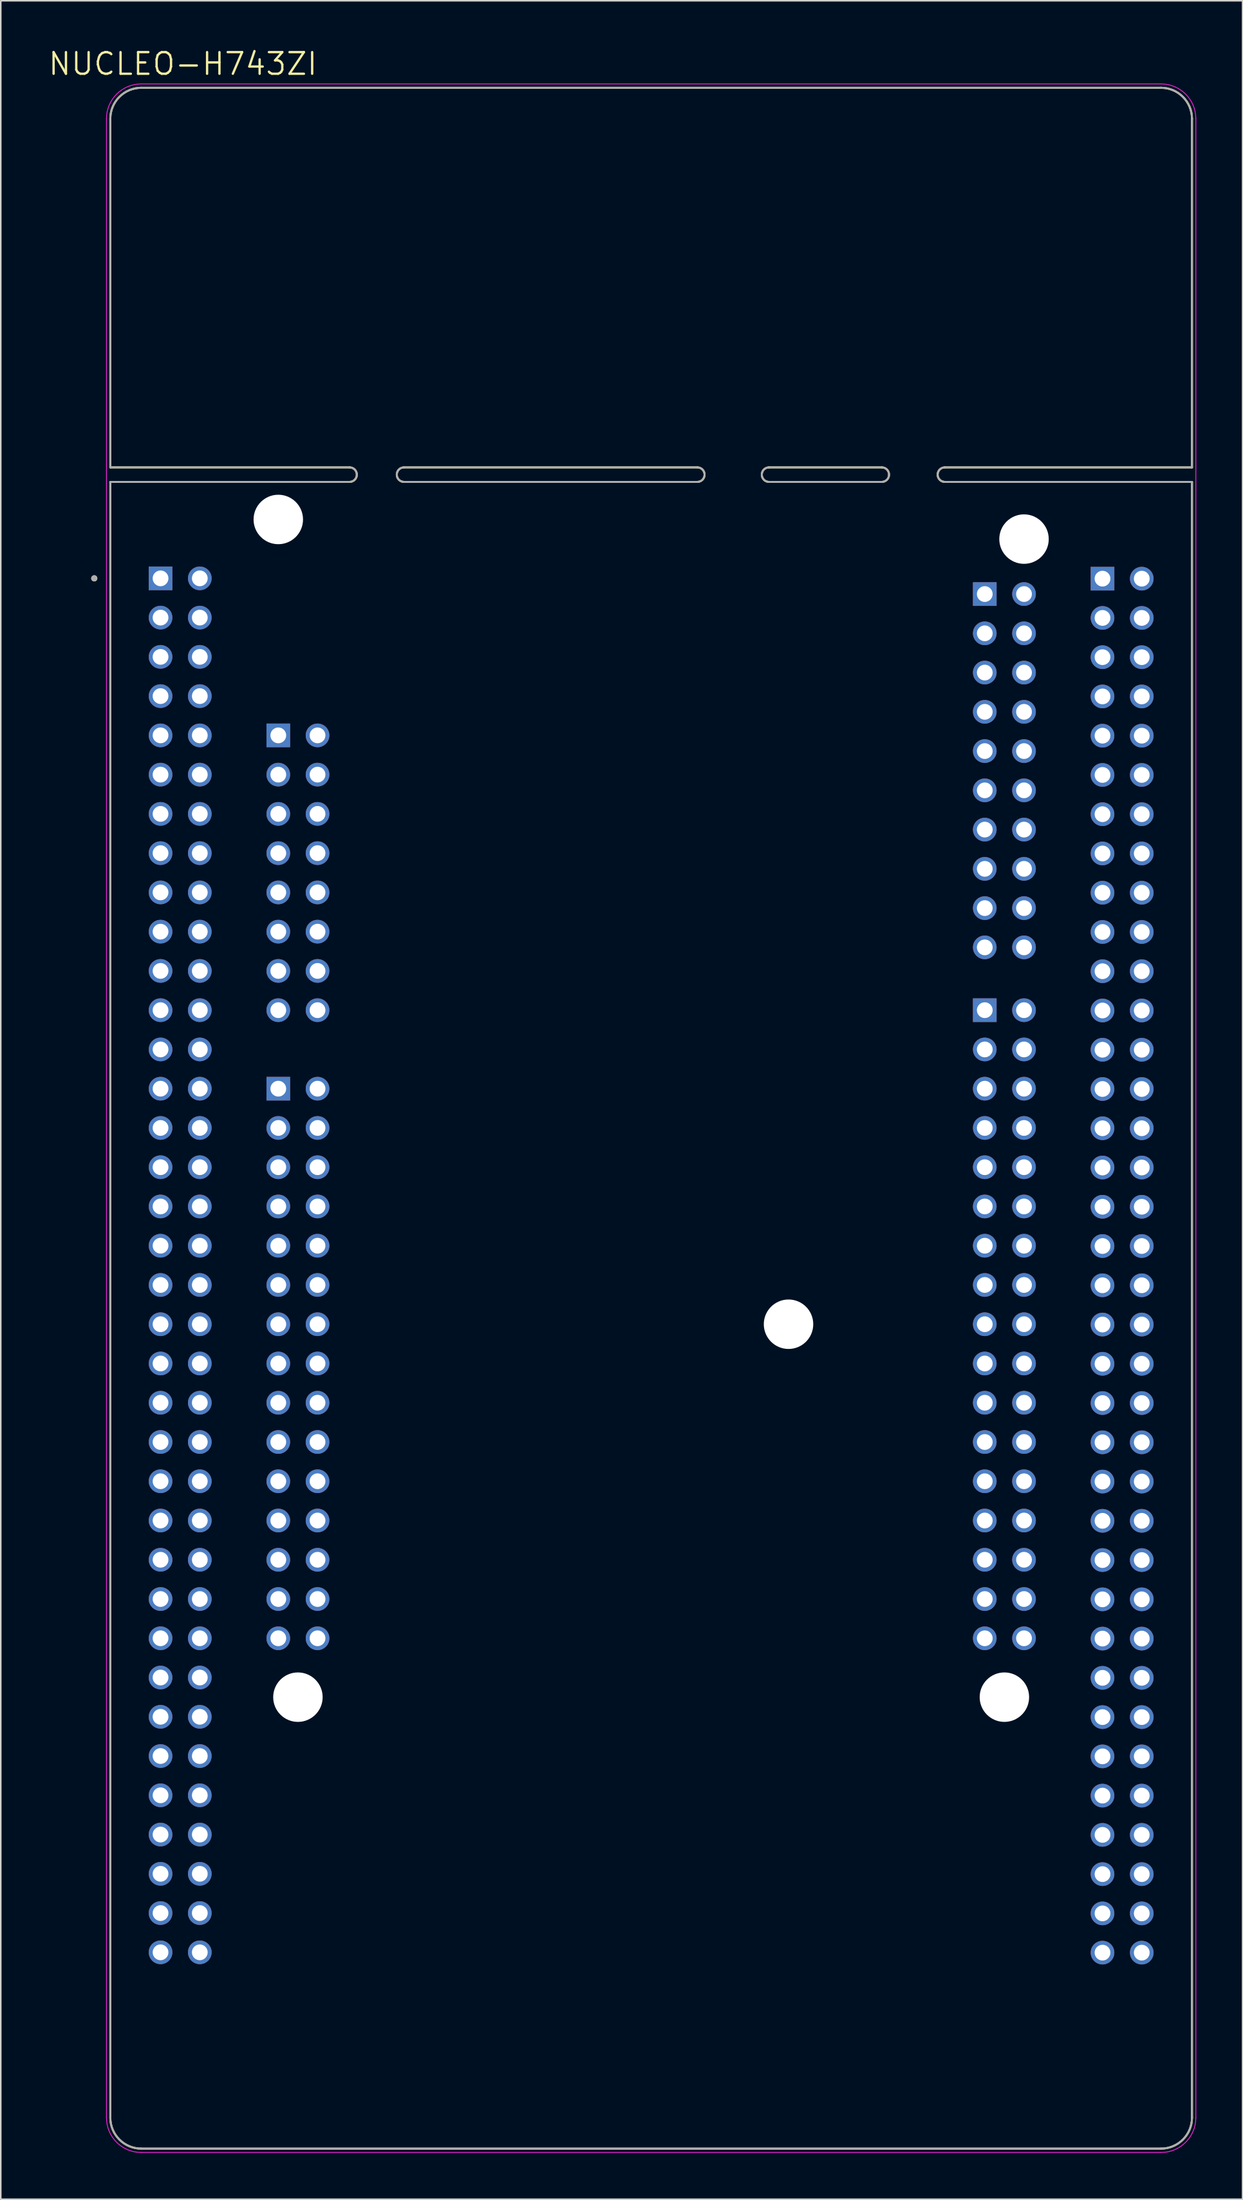
<source format=kicad_pcb>
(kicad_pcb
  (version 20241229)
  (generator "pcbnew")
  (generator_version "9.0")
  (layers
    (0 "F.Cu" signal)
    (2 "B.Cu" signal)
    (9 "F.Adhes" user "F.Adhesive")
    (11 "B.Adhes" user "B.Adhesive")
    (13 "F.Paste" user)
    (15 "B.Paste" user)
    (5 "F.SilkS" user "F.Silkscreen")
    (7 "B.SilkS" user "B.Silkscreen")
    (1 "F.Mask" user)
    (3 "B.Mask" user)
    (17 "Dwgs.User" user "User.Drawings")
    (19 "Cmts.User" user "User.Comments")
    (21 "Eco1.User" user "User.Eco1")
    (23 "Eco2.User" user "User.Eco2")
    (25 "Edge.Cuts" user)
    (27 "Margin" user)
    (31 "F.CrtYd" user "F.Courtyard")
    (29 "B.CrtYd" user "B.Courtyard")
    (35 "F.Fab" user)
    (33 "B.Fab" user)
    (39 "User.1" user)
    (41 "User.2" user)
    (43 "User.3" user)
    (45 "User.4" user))
  (footprint "NUCLEO-H743ZI"
    (layer "F.Cu")
    (at 39.09 69.301)
    (property "Reference" "NUCLEO-H743ZI" (at -30.305 -68.219 0) (layer "F.SilkS") (effects (font (size 1.4 1.4) (thickness 0.15))))
    (attr through_hole)
    (fp_line (start -35 -64.67) (end -35 -42.11) (stroke (width 0.127) (type solid)) (layer "F.SilkS"))
    (fp_line (start -35 -42.11) (end -19.507 -42.11) (stroke (width 0.127) (type solid)) (layer "F.SilkS"))
    (fp_line (start -35 -41.17) (end -35 64.67) (stroke (width 0.127) (type solid)) (layer "F.SilkS"))
    (fp_line (start -35 -41.17) (end -19.507 -41.17) (stroke (width 0.127) (type solid)) (layer "F.SilkS"))
    (fp_line (start -33 66.67) (end 33 66.67) (stroke (width 0.127) (type solid)) (layer "F.SilkS"))
    (fp_line (start -16.002 -42.11) (end 2.997 -42.11) (stroke (width 0.127) (type solid)) (layer "F.SilkS"))
    (fp_line (start -16.002 -41.17) (end 2.997 -41.17) (stroke (width 0.127) (type solid)) (layer "F.SilkS"))
    (fp_line (start 7.62 -42.11) (end 14.935 -42.11) (stroke (width 0.127) (type solid)) (layer "F.SilkS"))
    (fp_line (start 7.62 -41.17) (end 14.935 -41.17) (stroke (width 0.127) (type solid)) (layer "F.SilkS"))
    (fp_line (start 18.999 -42.11) (end 35 -42.11) (stroke (width 0.127) (type solid)) (layer "F.SilkS"))
    (fp_line (start 18.999 -41.17) (end 35 -41.17) (stroke (width 0.127) (type solid)) (layer "F.SilkS"))
    (fp_line (start 33 -66.67) (end -33 -66.67) (stroke (width 0.127) (type solid)) (layer "F.SilkS"))
    (fp_line (start 35 -42.11) (end 35 -64.67) (stroke (width 0.127) (type solid)) (layer "F.SilkS"))
    (fp_line (start 35 64.67) (end 35 -41.17) (stroke (width 0.127) (type solid)) (layer "F.SilkS"))
    (fp_arc (start -35 -64.67) (mid -34.414214 -66.084214) (end -33 -66.67) (stroke (width 0.127) (type solid)) (layer "F.SilkS"))
    (fp_arc (start -33 66.67) (mid -34.414214 66.084214) (end -35 64.67) (stroke (width 0.127) (type solid)) (layer "F.SilkS"))
    (fp_arc (start -19.507199 -42.11) (mid -19.044602 -41.64) (end -19.5072 -41.17) (stroke (width 0.127) (type solid)) (layer "F.SilkS"))
    (fp_arc (start -16.002001 -41.17) (mid -16.464598 -41.64) (end -16.002 -42.11) (stroke (width 0.127) (type solid)) (layer "F.SilkS"))
    (fp_arc (start 2.997201 -42.11) (mid 3.459798 -41.64) (end 2.9972 -41.17) (stroke (width 0.127) (type solid)) (layer "F.SilkS"))
    (fp_arc (start 7.619999 -41.17) (mid 7.157402 -41.64) (end 7.62 -42.11) (stroke (width 0.127) (type solid)) (layer "F.SilkS"))
    (fp_arc (start 14.935201 -42.11) (mid 15.397798 -41.64) (end 14.9352 -41.17) (stroke (width 0.127) (type solid)) (layer "F.SilkS"))
    (fp_arc (start 18.999199 -41.17) (mid 18.536602 -41.64) (end 18.9992 -42.11) (stroke (width 0.127) (type solid)) (layer "F.SilkS"))
    (fp_arc (start 33 -66.67) (mid 34.414214 -66.084214) (end 35 -64.67) (stroke (width 0.127) (type solid)) (layer "F.SilkS"))
    (fp_arc (start 35 64.67) (mid 34.414214 66.084214) (end 33 66.67) (stroke (width 0.127) (type solid)) (layer "F.SilkS"))
    (fp_circle (center -36.04 -34.93) (end -35.94 -34.93) (stroke (width 0.2) (type solid)) (fill no) (layer "F.SilkS"))
    (fp_line (start -35.25 -64.67) (end -35.25 64.67) (stroke (width 0.05) (type solid)) (layer "F.CrtYd"))
    (fp_line (start -33 66.92) (end 33 66.92) (stroke (width 0.05) (type solid)) (layer "F.CrtYd"))
    (fp_line (start 33 -66.92) (end -33 -66.92) (stroke (width 0.05) (type solid)) (layer "F.CrtYd"))
    (fp_line (start 35.25 64.67) (end 35.25 -64.67) (stroke (width 0.05) (type solid)) (layer "F.CrtYd"))
    (fp_arc (start -35.25 -64.67) (mid -34.59099 -66.26099) (end -33 -66.92) (stroke (width 0.05) (type solid)) (layer "F.CrtYd"))
    (fp_arc (start -33 66.92) (mid -34.59099 66.26099) (end -35.25 64.67) (stroke (width 0.05) (type solid)) (layer "F.CrtYd"))
    (fp_arc (start 33 -66.92) (mid 34.59099 -66.26099) (end 35.25 -64.67) (stroke (width 0.05) (type solid)) (layer "F.CrtYd"))
    (fp_arc (start 35.25 64.67) (mid 34.59099 66.26099) (end 33 66.92) (stroke (width 0.05) (type solid)) (layer "F.CrtYd"))
    (fp_line (start -35 -64.67) (end -35 -42.11) (stroke (width 0.127) (type solid)) (layer "F.Fab"))
    (fp_line (start -35 -42.11) (end -19.507 -42.11) (stroke (width 0.127) (type solid)) (layer "F.Fab"))
    (fp_line (start -35 -41.17) (end -35 64.67) (stroke (width 0.127) (type solid)) (layer "F.Fab"))
    (fp_line (start -35 -41.17) (end -19.507 -41.17) (stroke (width 0.127) (type solid)) (layer "F.Fab"))
    (fp_line (start -33 66.67) (end 33 66.67) (stroke (width 0.127) (type solid)) (layer "F.Fab"))
    (fp_line (start -16.002 -42.11) (end 2.997 -42.11) (stroke (width 0.127) (type solid)) (layer "F.Fab"))
    (fp_line (start -16.002 -41.17) (end 2.997 -41.17) (stroke (width 0.127) (type solid)) (layer "F.Fab"))
    (fp_line (start 7.62 -42.11) (end 14.935 -42.11) (stroke (width 0.127) (type solid)) (layer "F.Fab"))
    (fp_line (start 7.62 -41.17) (end 14.935 -41.17) (stroke (width 0.127) (type solid)) (layer "F.Fab"))
    (fp_line (start 18.999 -42.11) (end 35 -42.11) (stroke (width 0.127) (type solid)) (layer "F.Fab"))
    (fp_line (start 18.999 -41.17) (end 35 -41.17) (stroke (width 0.127) (type solid)) (layer "F.Fab"))
    (fp_line (start 33 -66.67) (end -33 -66.67) (stroke (width 0.127) (type solid)) (layer "F.Fab"))
    (fp_line (start 35 -42.11) (end 35 -64.67) (stroke (width 0.127) (type solid)) (layer "F.Fab"))
    (fp_line (start 35 64.67) (end 35 -41.17) (stroke (width 0.127) (type solid)) (layer "F.Fab"))
    (fp_arc (start -35 -64.67) (mid -34.414214 -66.084214) (end -33 -66.67) (stroke (width 0.127) (type solid)) (layer "F.Fab"))
    (fp_arc (start -33 66.67) (mid -34.414214 66.084214) (end -35 64.67) (stroke (width 0.127) (type solid)) (layer "F.Fab"))
    (fp_arc (start -19.507199 -42.11) (mid -19.044602 -41.64) (end -19.5072 -41.17) (stroke (width 0.127) (type solid)) (layer "F.Fab"))
    (fp_arc (start -16.002001 -41.17) (mid -16.464598 -41.64) (end -16.002 -42.11) (stroke (width 0.127) (type solid)) (layer "F.Fab"))
    (fp_arc (start 2.997201 -42.11) (mid 3.459798 -41.64) (end 2.9972 -41.17) (stroke (width 0.127) (type solid)) (layer "F.Fab"))
    (fp_arc (start 7.619999 -41.17) (mid 7.157402 -41.64) (end 7.62 -42.11) (stroke (width 0.127) (type solid)) (layer "F.Fab"))
    (fp_arc (start 14.935201 -42.11) (mid 15.397798 -41.64) (end 14.9352 -41.17) (stroke (width 0.127) (type solid)) (layer "F.Fab"))
    (fp_arc (start 18.999199 -41.17) (mid 18.536602 -41.64) (end 18.9992 -42.11) (stroke (width 0.127) (type solid)) (layer "F.Fab"))
    (fp_arc (start 33 -66.67) (mid 34.414214 -66.084214) (end 35 -64.67) (stroke (width 0.127) (type solid)) (layer "F.Fab"))
    (fp_arc (start 35 64.67) (mid 34.414214 66.084214) (end 33 66.67) (stroke (width 0.127) (type solid)) (layer "F.Fab"))
    (fp_circle (center -36.04 -34.93) (end -35.94 -34.93) (stroke (width 0.2) (type solid)) (fill no) (layer "F.Fab"))
    (pad "" np_thru_hole circle (at -24.13 -38.74) (size 3.2 3.2) (drill 3.2) (layers "*.Cu" "*.Mask"))
    (pad "" np_thru_hole circle (at -22.86 37.46) (size 3.2 3.2) (drill 3.2) (layers "*.Cu" "*.Mask"))
    (pad "" np_thru_hole circle (at 8.89 13.33) (size 3.2 3.2) (drill 3.2) (layers "*.Cu" "*.Mask"))
    (pad "" np_thru_hole circle (at 22.86 37.46) (size 3.2 3.2) (drill 3.2) (layers "*.Cu" "*.Mask"))
    (pad "" np_thru_hole circle (at 24.13 -37.47) (size 3.2 3.2) (drill 3.2) (layers "*.Cu" "*.Mask"))
    (pad "CN7_1" thru_hole rect (at 21.59 -33.914) (size 1.53 1.53) (drill 1.02) (layers "*.Cu" "*.Mask"))
    (pad "CN7_2" thru_hole circle (at 24.13 -33.914) (size 1.53 1.53) (drill 1.02) (layers "*.Cu" "*.Mask"))
    (pad "CN7_3" thru_hole circle (at 21.59 -31.374) (size 1.53 1.53) (drill 1.02) (layers "*.Cu" "*.Mask"))
    (pad "CN7_4" thru_hole circle (at 24.13 -31.374) (size 1.53 1.53) (drill 1.02) (layers "*.Cu" "*.Mask"))
    (pad "CN7_5" thru_hole circle (at 21.59 -28.834) (size 1.53 1.53) (drill 1.02) (layers "*.Cu" "*.Mask"))
    (pad "CN7_6" thru_hole circle (at 24.13 -28.834) (size 1.53 1.53) (drill 1.02) (layers "*.Cu" "*.Mask"))
    (pad "CN7_7" thru_hole circle (at 21.59 -26.294) (size 1.53 1.53) (drill 1.02) (layers "*.Cu" "*.Mask"))
    (pad "CN7_8" thru_hole circle (at 24.13 -26.294) (size 1.53 1.53) (drill 1.02) (layers "*.Cu" "*.Mask"))
    (pad "CN7_9" thru_hole circle (at 21.59 -23.754) (size 1.53 1.53) (drill 1.02) (layers "*.Cu" "*.Mask"))
    (pad "CN7_10" thru_hole circle (at 24.13 -23.754) (size 1.53 1.53) (drill 1.02) (layers "*.Cu" "*.Mask"))
    (pad "CN7_11" thru_hole circle (at 21.59 -21.214) (size 1.53 1.53) (drill 1.02) (layers "*.Cu" "*.Mask"))
    (pad "CN7_12" thru_hole circle (at 24.13 -21.214) (size 1.53 1.53) (drill 1.02) (layers "*.Cu" "*.Mask"))
    (pad "CN7_13" thru_hole circle (at 21.59 -18.674) (size 1.53 1.53) (drill 1.02) (layers "*.Cu" "*.Mask"))
    (pad "CN7_14" thru_hole circle (at 24.13 -18.674) (size 1.53 1.53) (drill 1.02) (layers "*.Cu" "*.Mask"))
    (pad "CN7_15" thru_hole circle (at 21.59 -16.134) (size 1.53 1.53) (drill 1.02) (layers "*.Cu" "*.Mask"))
    (pad "CN7_16" thru_hole circle (at 24.13 -16.134) (size 1.53 1.53) (drill 1.02) (layers "*.Cu" "*.Mask"))
    (pad "CN7_17" thru_hole circle (at 21.59 -13.594) (size 1.53 1.53) (drill 1.02) (layers "*.Cu" "*.Mask"))
    (pad "CN7_18" thru_hole circle (at 24.13 -13.594) (size 1.53 1.53) (drill 1.02) (layers "*.Cu" "*.Mask"))
    (pad "CN7_19" thru_hole circle (at 21.59 -11.054) (size 1.53 1.53) (drill 1.02) (layers "*.Cu" "*.Mask"))
    (pad "CN7_20" thru_hole circle (at 24.13 -11.054) (size 1.53 1.53) (drill 1.02) (layers "*.Cu" "*.Mask"))
    (pad "CN8_1" thru_hole rect (at -24.13 -24.77) (size 1.53 1.53) (drill 1.02) (layers "*.Cu" "*.Mask"))
    (pad "CN8_2" thru_hole circle (at -21.59 -24.77) (size 1.53 1.53) (drill 1.02) (layers "*.Cu" "*.Mask"))
    (pad "CN8_3" thru_hole circle (at -24.13 -22.23) (size 1.53 1.53) (drill 1.02) (layers "*.Cu" "*.Mask"))
    (pad "CN8_4" thru_hole circle (at -21.59 -22.23) (size 1.53 1.53) (drill 1.02) (layers "*.Cu" "*.Mask"))
    (pad "CN8_5" thru_hole circle (at -24.13 -19.69) (size 1.53 1.53) (drill 1.02) (layers "*.Cu" "*.Mask"))
    (pad "CN8_6" thru_hole circle (at -21.59 -19.69) (size 1.53 1.53) (drill 1.02) (layers "*.Cu" "*.Mask"))
    (pad "CN8_7" thru_hole circle (at -24.13 -17.15) (size 1.53 1.53) (drill 1.02) (layers "*.Cu" "*.Mask"))
    (pad "CN8_8" thru_hole circle (at -21.59 -17.15) (size 1.53 1.53) (drill 1.02) (layers "*.Cu" "*.Mask"))
    (pad "CN8_9" thru_hole circle (at -24.13 -14.61) (size 1.53 1.53) (drill 1.02) (layers "*.Cu" "*.Mask"))
    (pad "CN8_10" thru_hole circle (at -21.59 -14.61) (size 1.53 1.53) (drill 1.02) (layers "*.Cu" "*.Mask"))
    (pad "CN8_11" thru_hole circle (at -24.13 -12.07) (size 1.53 1.53) (drill 1.02) (layers "*.Cu" "*.Mask"))
    (pad "CN8_12" thru_hole circle (at -21.59 -12.07) (size 1.53 1.53) (drill 1.02) (layers "*.Cu" "*.Mask"))
    (pad "CN8_13" thru_hole circle (at -24.13 -9.53) (size 1.53 1.53) (drill 1.02) (layers "*.Cu" "*.Mask"))
    (pad "CN8_14" thru_hole circle (at -21.59 -9.53) (size 1.53 1.53) (drill 1.02) (layers "*.Cu" "*.Mask"))
    (pad "CN8_15" thru_hole circle (at -24.13 -6.99) (size 1.53 1.53) (drill 1.02) (layers "*.Cu" "*.Mask"))
    (pad "CN8_16" thru_hole circle (at -21.59 -6.99) (size 1.53 1.53) (drill 1.02) (layers "*.Cu" "*.Mask"))
    (pad "CN9_1" thru_hole rect (at -24.13 -1.91) (size 1.53 1.53) (drill 1.02) (layers "*.Cu" "*.Mask"))
    (pad "CN9_2" thru_hole circle (at -21.59 -1.91) (size 1.53 1.53) (drill 1.02) (layers "*.Cu" "*.Mask"))
    (pad "CN9_3" thru_hole circle (at -24.13 0.63) (size 1.53 1.53) (drill 1.02) (layers "*.Cu" "*.Mask"))
    (pad "CN9_4" thru_hole circle (at -21.59 0.63) (size 1.53 1.53) (drill 1.02) (layers "*.Cu" "*.Mask"))
    (pad "CN9_5" thru_hole circle (at -24.13 3.17) (size 1.53 1.53) (drill 1.02) (layers "*.Cu" "*.Mask"))
    (pad "CN9_6" thru_hole circle (at -21.59 3.17) (size 1.53 1.53) (drill 1.02) (layers "*.Cu" "*.Mask"))
    (pad "CN9_7" thru_hole circle (at -24.13 5.71) (size 1.53 1.53) (drill 1.02) (layers "*.Cu" "*.Mask"))
    (pad "CN9_8" thru_hole circle (at -21.59 5.71) (size 1.53 1.53) (drill 1.02) (layers "*.Cu" "*.Mask"))
    (pad "CN9_9" thru_hole circle (at -24.13 8.25) (size 1.53 1.53) (drill 1.02) (layers "*.Cu" "*.Mask"))
    (pad "CN9_10" thru_hole circle (at -21.59 8.25) (size 1.53 1.53) (drill 1.02) (layers "*.Cu" "*.Mask"))
    (pad "CN9_11" thru_hole circle (at -24.13 10.79) (size 1.53 1.53) (drill 1.02) (layers "*.Cu" "*.Mask"))
    (pad "CN9_12" thru_hole circle (at -21.59 10.79) (size 1.53 1.53) (drill 1.02) (layers "*.Cu" "*.Mask"))
    (pad "CN9_13" thru_hole circle (at -24.13 13.33) (size 1.53 1.53) (drill 1.02) (layers "*.Cu" "*.Mask"))
    (pad "CN9_14" thru_hole circle (at -21.59 13.33) (size 1.53 1.53) (drill 1.02) (layers "*.Cu" "*.Mask"))
    (pad "CN9_15" thru_hole circle (at -24.13 15.87) (size 1.53 1.53) (drill 1.02) (layers "*.Cu" "*.Mask"))
    (pad "CN9_16" thru_hole circle (at -21.59 15.87) (size 1.53 1.53) (drill 1.02) (layers "*.Cu" "*.Mask"))
    (pad "CN9_17" thru_hole circle (at -24.13 18.41) (size 1.53 1.53) (drill 1.02) (layers "*.Cu" "*.Mask"))
    (pad "CN9_18" thru_hole circle (at -21.59 18.41) (size 1.53 1.53) (drill 1.02) (layers "*.Cu" "*.Mask"))
    (pad "CN9_19" thru_hole circle (at -24.13 20.95) (size 1.53 1.53) (drill 1.02) (layers "*.Cu" "*.Mask"))
    (pad "CN9_20" thru_hole circle (at -21.59 20.95) (size 1.53 1.53) (drill 1.02) (layers "*.Cu" "*.Mask"))
    (pad "CN9_21" thru_hole circle (at -24.13 23.49) (size 1.53 1.53) (drill 1.02) (layers "*.Cu" "*.Mask"))
    (pad "CN9_22" thru_hole circle (at -21.59 23.49) (size 1.53 1.53) (drill 1.02) (layers "*.Cu" "*.Mask"))
    (pad "CN9_23" thru_hole circle (at -24.13 26.03) (size 1.53 1.53) (drill 1.02) (layers "*.Cu" "*.Mask"))
    (pad "CN9_24" thru_hole circle (at -21.59 26.03) (size 1.53 1.53) (drill 1.02) (layers "*.Cu" "*.Mask"))
    (pad "CN9_25" thru_hole circle (at -24.13 28.57) (size 1.53 1.53) (drill 1.02) (layers "*.Cu" "*.Mask"))
    (pad "CN9_26" thru_hole circle (at -21.59 28.57) (size 1.53 1.53) (drill 1.02) (layers "*.Cu" "*.Mask"))
    (pad "CN9_27" thru_hole circle (at -24.13 31.11) (size 1.53 1.53) (drill 1.02) (layers "*.Cu" "*.Mask"))
    (pad "CN9_28" thru_hole circle (at -21.59 31.11) (size 1.53 1.53) (drill 1.02) (layers "*.Cu" "*.Mask"))
    (pad "CN9_29" thru_hole circle (at -24.13 33.65) (size 1.53 1.53) (drill 1.02) (layers "*.Cu" "*.Mask"))
    (pad "CN9_30" thru_hole circle (at -21.59 33.65) (size 1.53 1.53) (drill 1.02) (layers "*.Cu" "*.Mask"))
    (pad "CN10_1" thru_hole rect (at 21.59 -6.99) (size 1.53 1.53) (drill 1.02) (layers "*.Cu" "*.Mask"))
    (pad "CN10_2" thru_hole circle (at 24.13 -6.99) (size 1.53 1.53) (drill 1.02) (layers "*.Cu" "*.Mask"))
    (pad "CN10_3" thru_hole circle (at 21.59 -4.45) (size 1.53 1.53) (drill 1.02) (layers "*.Cu" "*.Mask"))
    (pad "CN10_4" thru_hole circle (at 24.13 -4.45) (size 1.53 1.53) (drill 1.02) (layers "*.Cu" "*.Mask"))
    (pad "CN10_5" thru_hole circle (at 21.59 -1.91) (size 1.53 1.53) (drill 1.02) (layers "*.Cu" "*.Mask"))
    (pad "CN10_6" thru_hole circle (at 24.13 -1.91) (size 1.53 1.53) (drill 1.02) (layers "*.Cu" "*.Mask"))
    (pad "CN10_7" thru_hole circle (at 21.59 0.63) (size 1.53 1.53) (drill 1.02) (layers "*.Cu" "*.Mask"))
    (pad "CN10_8" thru_hole circle (at 24.13 0.63) (size 1.53 1.53) (drill 1.02) (layers "*.Cu" "*.Mask"))
    (pad "CN10_9" thru_hole circle (at 21.59 3.17) (size 1.53 1.53) (drill 1.02) (layers "*.Cu" "*.Mask"))
    (pad "CN10_10" thru_hole circle (at 24.13 3.17) (size 1.53 1.53) (drill 1.02) (layers "*.Cu" "*.Mask"))
    (pad "CN10_11" thru_hole circle (at 21.59 5.71) (size 1.53 1.53) (drill 1.02) (layers "*.Cu" "*.Mask"))
    (pad "CN10_12" thru_hole circle (at 24.13 5.71) (size 1.53 1.53) (drill 1.02) (layers "*.Cu" "*.Mask"))
    (pad "CN10_13" thru_hole circle (at 21.59 8.25) (size 1.53 1.53) (drill 1.02) (layers "*.Cu" "*.Mask"))
    (pad "CN10_14" thru_hole circle (at 24.13 8.25) (size 1.53 1.53) (drill 1.02) (layers "*.Cu" "*.Mask"))
    (pad "CN10_15" thru_hole circle (at 21.59 10.79) (size 1.53 1.53) (drill 1.02) (layers "*.Cu" "*.Mask"))
    (pad "CN10_16" thru_hole circle (at 24.13 10.79) (size 1.53 1.53) (drill 1.02) (layers "*.Cu" "*.Mask"))
    (pad "CN10_17" thru_hole circle (at 21.59 13.33) (size 1.53 1.53) (drill 1.02) (layers "*.Cu" "*.Mask"))
    (pad "CN10_18" thru_hole circle (at 24.13 13.33) (size 1.53 1.53) (drill 1.02) (layers "*.Cu" "*.Mask"))
    (pad "CN10_19" thru_hole circle (at 21.59 15.87) (size 1.53 1.53) (drill 1.02) (layers "*.Cu" "*.Mask"))
    (pad "CN10_20" thru_hole circle (at 24.13 15.87) (size 1.53 1.53) (drill 1.02) (layers "*.Cu" "*.Mask"))
    (pad "CN10_21" thru_hole circle (at 21.59 18.41) (size 1.53 1.53) (drill 1.02) (layers "*.Cu" "*.Mask"))
    (pad "CN10_22" thru_hole circle (at 24.13 18.41) (size 1.53 1.53) (drill 1.02) (layers "*.Cu" "*.Mask"))
    (pad "CN10_23" thru_hole circle (at 21.59 20.95) (size 1.53 1.53) (drill 1.02) (layers "*.Cu" "*.Mask"))
    (pad "CN10_24" thru_hole circle (at 24.13 20.95) (size 1.53 1.53) (drill 1.02) (layers "*.Cu" "*.Mask"))
    (pad "CN10_25" thru_hole circle (at 21.59 23.49) (size 1.53 1.53) (drill 1.02) (layers "*.Cu" "*.Mask"))
    (pad "CN10_26" thru_hole circle (at 24.13 23.49) (size 1.53 1.53) (drill 1.02) (layers "*.Cu" "*.Mask"))
    (pad "CN10_27" thru_hole circle (at 21.59 26.03) (size 1.53 1.53) (drill 1.02) (layers "*.Cu" "*.Mask"))
    (pad "CN10_28" thru_hole circle (at 24.13 26.03) (size 1.53 1.53) (drill 1.02) (layers "*.Cu" "*.Mask"))
    (pad "CN10_29" thru_hole circle (at 21.59 28.57) (size 1.53 1.53) (drill 1.02) (layers "*.Cu" "*.Mask"))
    (pad "CN10_30" thru_hole circle (at 24.13 28.57) (size 1.53 1.53) (drill 1.02) (layers "*.Cu" "*.Mask"))
    (pad "CN10_31" thru_hole circle (at 21.59 31.11) (size 1.53 1.53) (drill 1.02) (layers "*.Cu" "*.Mask"))
    (pad "CN10_32" thru_hole circle (at 24.13 31.11) (size 1.53 1.53) (drill 1.02) (layers "*.Cu" "*.Mask"))
    (pad "CN10_33" thru_hole circle (at 21.59 33.65) (size 1.53 1.53) (drill 1.02) (layers "*.Cu" "*.Mask"))
    (pad "CN10_34" thru_hole circle (at 24.13 33.65) (size 1.53 1.53) (drill 1.02) (layers "*.Cu" "*.Mask"))
    (pad "CN11_1" thru_hole rect (at -31.75 -34.93) (size 1.53 1.53) (drill 1.02) (layers "*.Cu" "*.Mask"))
    (pad "CN11_2" thru_hole circle (at -29.21 -34.93) (size 1.53 1.53) (drill 1.02) (layers "*.Cu" "*.Mask"))
    (pad "CN11_3" thru_hole circle (at -31.75 -32.39) (size 1.53 1.53) (drill 1.02) (layers "*.Cu" "*.Mask"))
    (pad "CN11_4" thru_hole circle (at -29.21 -32.39) (size 1.53 1.53) (drill 1.02) (layers "*.Cu" "*.Mask"))
    (pad "CN11_5" thru_hole circle (at -31.75 -29.85) (size 1.53 1.53) (drill 1.02) (layers "*.Cu" "*.Mask"))
    (pad "CN11_6" thru_hole circle (at -29.21 -29.85) (size 1.53 1.53) (drill 1.02) (layers "*.Cu" "*.Mask"))
    (pad "CN11_7" thru_hole circle (at -31.75 -27.31) (size 1.53 1.53) (drill 1.02) (layers "*.Cu" "*.Mask"))
    (pad "CN11_8" thru_hole circle (at -29.21 -27.31) (size 1.53 1.53) (drill 1.02) (layers "*.Cu" "*.Mask"))
    (pad "CN11_9" thru_hole circle (at -31.75 -24.77) (size 1.53 1.53) (drill 1.02) (layers "*.Cu" "*.Mask"))
    (pad "CN11_10" thru_hole circle (at -29.21 -24.77) (size 1.53 1.53) (drill 1.02) (layers "*.Cu" "*.Mask"))
    (pad "CN11_11" thru_hole circle (at -31.75 -22.23) (size 1.53 1.53) (drill 1.02) (layers "*.Cu" "*.Mask"))
    (pad "CN11_12" thru_hole circle (at -29.21 -22.23) (size 1.53 1.53) (drill 1.02) (layers "*.Cu" "*.Mask"))
    (pad "CN11_13" thru_hole circle (at -31.75 -19.69) (size 1.53 1.53) (drill 1.02) (layers "*.Cu" "*.Mask"))
    (pad "CN11_14" thru_hole circle (at -29.21 -19.69) (size 1.53 1.53) (drill 1.02) (layers "*.Cu" "*.Mask"))
    (pad "CN11_15" thru_hole circle (at -31.75 -17.15) (size 1.53 1.53) (drill 1.02) (layers "*.Cu" "*.Mask"))
    (pad "CN11_16" thru_hole circle (at -29.21 -17.15) (size 1.53 1.53) (drill 1.02) (layers "*.Cu" "*.Mask"))
    (pad "CN11_17" thru_hole circle (at -31.75 -14.61) (size 1.53 1.53) (drill 1.02) (layers "*.Cu" "*.Mask"))
    (pad "CN11_18" thru_hole circle (at -29.21 -14.61) (size 1.53 1.53) (drill 1.02) (layers "*.Cu" "*.Mask"))
    (pad "CN11_19" thru_hole circle (at -31.75 -12.07) (size 1.53 1.53) (drill 1.02) (layers "*.Cu" "*.Mask"))
    (pad "CN11_20" thru_hole circle (at -29.21 -12.07) (size 1.53 1.53) (drill 1.02) (layers "*.Cu" "*.Mask"))
    (pad "CN11_21" thru_hole circle (at -31.75 -9.53) (size 1.53 1.53) (drill 1.02) (layers "*.Cu" "*.Mask"))
    (pad "CN11_22" thru_hole circle (at -29.21 -9.53) (size 1.53 1.53) (drill 1.02) (layers "*.Cu" "*.Mask"))
    (pad "CN11_23" thru_hole circle (at -31.75 -6.99) (size 1.53 1.53) (drill 1.02) (layers "*.Cu" "*.Mask"))
    (pad "CN11_24" thru_hole circle (at -29.21 -6.99) (size 1.53 1.53) (drill 1.02) (layers "*.Cu" "*.Mask"))
    (pad "CN11_25" thru_hole circle (at -31.75 -4.45) (size 1.53 1.53) (drill 1.02) (layers "*.Cu" "*.Mask"))
    (pad "CN11_26" thru_hole circle (at -29.21 -4.45) (size 1.53 1.53) (drill 1.02) (layers "*.Cu" "*.Mask"))
    (pad "CN11_27" thru_hole circle (at -31.75 -1.91) (size 1.53 1.53) (drill 1.02) (layers "*.Cu" "*.Mask"))
    (pad "CN11_28" thru_hole circle (at -29.21 -1.91) (size 1.53 1.53) (drill 1.02) (layers "*.Cu" "*.Mask"))
    (pad "CN11_29" thru_hole circle (at -31.75 0.63) (size 1.53 1.53) (drill 1.02) (layers "*.Cu" "*.Mask"))
    (pad "CN11_30" thru_hole circle (at -29.21 0.63) (size 1.53 1.53) (drill 1.02) (layers "*.Cu" "*.Mask"))
    (pad "CN11_31" thru_hole circle (at -31.75 3.17) (size 1.53 1.53) (drill 1.02) (layers "*.Cu" "*.Mask"))
    (pad "CN11_32" thru_hole circle (at -29.21 3.17) (size 1.53 1.53) (drill 1.02) (layers "*.Cu" "*.Mask"))
    (pad "CN11_33" thru_hole circle (at -31.75 5.71) (size 1.53 1.53) (drill 1.02) (layers "*.Cu" "*.Mask"))
    (pad "CN11_34" thru_hole circle (at -29.21 5.71) (size 1.53 1.53) (drill 1.02) (layers "*.Cu" "*.Mask"))
    (pad "CN11_35" thru_hole circle (at -31.75 8.25) (size 1.53 1.53) (drill 1.02) (layers "*.Cu" "*.Mask"))
    (pad "CN11_36" thru_hole circle (at -29.21 8.25) (size 1.53 1.53) (drill 1.02) (layers "*.Cu" "*.Mask"))
    (pad "CN11_37" thru_hole circle (at -31.75 10.79) (size 1.53 1.53) (drill 1.02) (layers "*.Cu" "*.Mask"))
    (pad "CN11_38" thru_hole circle (at -29.21 10.79) (size 1.53 1.53) (drill 1.02) (layers "*.Cu" "*.Mask"))
    (pad "CN11_39" thru_hole circle (at -31.75 13.33) (size 1.53 1.53) (drill 1.02) (layers "*.Cu" "*.Mask"))
    (pad "CN11_40" thru_hole circle (at -29.21 13.33) (size 1.53 1.53) (drill 1.02) (layers "*.Cu" "*.Mask"))
    (pad "CN11_41" thru_hole circle (at -31.75 15.87) (size 1.53 1.53) (drill 1.02) (layers "*.Cu" "*.Mask"))
    (pad "CN11_42" thru_hole circle (at -29.21 15.87) (size 1.53 1.53) (drill 1.02) (layers "*.Cu" "*.Mask"))
    (pad "CN11_43" thru_hole circle (at -31.75 18.41) (size 1.53 1.53) (drill 1.02) (layers "*.Cu" "*.Mask"))
    (pad "CN11_44" thru_hole circle (at -29.21 18.41) (size 1.53 1.53) (drill 1.02) (layers "*.Cu" "*.Mask"))
    (pad "CN11_45" thru_hole circle (at -31.75 20.95) (size 1.53 1.53) (drill 1.02) (layers "*.Cu" "*.Mask"))
    (pad "CN11_46" thru_hole circle (at -29.21 20.95) (size 1.53 1.53) (drill 1.02) (layers "*.Cu" "*.Mask"))
    (pad "CN11_47" thru_hole circle (at -31.75 23.49) (size 1.53 1.53) (drill 1.02) (layers "*.Cu" "*.Mask"))
    (pad "CN11_48" thru_hole circle (at -29.21 23.49) (size 1.53 1.53) (drill 1.02) (layers "*.Cu" "*.Mask"))
    (pad "CN11_49" thru_hole circle (at -31.75 26.03) (size 1.53 1.53) (drill 1.02) (layers "*.Cu" "*.Mask"))
    (pad "CN11_50" thru_hole circle (at -29.21 26.03) (size 1.53 1.53) (drill 1.02) (layers "*.Cu" "*.Mask"))
    (pad "CN11_51" thru_hole circle (at -31.75 28.57) (size 1.53 1.53) (drill 1.02) (layers "*.Cu" "*.Mask"))
    (pad "CN11_52" thru_hole circle (at -29.21 28.57) (size 1.53 1.53) (drill 1.02) (layers "*.Cu" "*.Mask"))
    (pad "CN11_53" thru_hole circle (at -31.75 31.11) (size 1.53 1.53) (drill 1.02) (layers "*.Cu" "*.Mask"))
    (pad "CN11_54" thru_hole circle (at -29.21 31.11) (size 1.53 1.53) (drill 1.02) (layers "*.Cu" "*.Mask"))
    (pad "CN11_55" thru_hole circle (at -31.75 33.65) (size 1.53 1.53) (drill 1.02) (layers "*.Cu" "*.Mask"))
    (pad "CN11_56" thru_hole circle (at -29.21 33.65) (size 1.53 1.53) (drill 1.02) (layers "*.Cu" "*.Mask"))
    (pad "CN11_57" thru_hole circle (at -31.75 36.19) (size 1.53 1.53) (drill 1.02) (layers "*.Cu" "*.Mask"))
    (pad "CN11_58" thru_hole circle (at -29.21 36.19) (size 1.53 1.53) (drill 1.02) (layers "*.Cu" "*.Mask"))
    (pad "CN11_59" thru_hole circle (at -31.75 38.73) (size 1.53 1.53) (drill 1.02) (layers "*.Cu" "*.Mask"))
    (pad "CN11_60" thru_hole circle (at -29.21 38.73) (size 1.53 1.53) (drill 1.02) (layers "*.Cu" "*.Mask"))
    (pad "CN11_61" thru_hole circle (at -31.75 41.27) (size 1.53 1.53) (drill 1.02) (layers "*.Cu" "*.Mask"))
    (pad "CN11_62" thru_hole circle (at -29.21 41.27) (size 1.53 1.53) (drill 1.02) (layers "*.Cu" "*.Mask"))
    (pad "CN11_63" thru_hole circle (at -31.75 43.81) (size 1.53 1.53) (drill 1.02) (layers "*.Cu" "*.Mask"))
    (pad "CN11_64" thru_hole circle (at -29.21 43.81) (size 1.53 1.53) (drill 1.02) (layers "*.Cu" "*.Mask"))
    (pad "CN11_65" thru_hole circle (at -31.75 46.35) (size 1.53 1.53) (drill 1.02) (layers "*.Cu" "*.Mask"))
    (pad "CN11_66" thru_hole circle (at -29.21 46.35) (size 1.53 1.53) (drill 1.02) (layers "*.Cu" "*.Mask"))
    (pad "CN11_67" thru_hole circle (at -31.75 48.89) (size 1.53 1.53) (drill 1.02) (layers "*.Cu" "*.Mask"))
    (pad "CN11_68" thru_hole circle (at -29.21 48.89) (size 1.53 1.53) (drill 1.02) (layers "*.Cu" "*.Mask"))
    (pad "CN11_69" thru_hole circle (at -31.75 51.43) (size 1.53 1.53) (drill 1.02) (layers "*.Cu" "*.Mask"))
    (pad "CN11_70" thru_hole circle (at -29.21 51.43) (size 1.53 1.53) (drill 1.02) (layers "*.Cu" "*.Mask"))
    (pad "CN11_71" thru_hole circle (at -31.75 53.97) (size 1.53 1.53) (drill 1.02) (layers "*.Cu" "*.Mask"))
    (pad "CN11_72" thru_hole circle (at -29.21 53.97) (size 1.53 1.53) (drill 1.02) (layers "*.Cu" "*.Mask"))
    (pad "CN12_1" thru_hole rect (at 29.21 -34.91) (size 1.53 1.53) (drill 1.02) (layers "*.Cu" "*.Mask"))
    (pad "CN12_2" thru_hole circle (at 31.75 -34.91) (size 1.53 1.53) (drill 1.02) (layers "*.Cu" "*.Mask"))
    (pad "CN12_3" thru_hole circle (at 29.21 -32.37) (size 1.53 1.53) (drill 1.02) (layers "*.Cu" "*.Mask"))
    (pad "CN12_4" thru_hole circle (at 31.75 -32.37) (size 1.53 1.53) (drill 1.02) (layers "*.Cu" "*.Mask"))
    (pad "CN12_5" thru_hole circle (at 29.21 -29.83) (size 1.53 1.53) (drill 1.02) (layers "*.Cu" "*.Mask"))
    (pad "CN12_6" thru_hole circle (at 31.75 -29.83) (size 1.53 1.53) (drill 1.02) (layers "*.Cu" "*.Mask"))
    (pad "CN12_7" thru_hole circle (at 29.21 -27.29) (size 1.53 1.53) (drill 1.02) (layers "*.Cu" "*.Mask"))
    (pad "CN12_8" thru_hole circle (at 31.75 -27.29) (size 1.53 1.53) (drill 1.02) (layers "*.Cu" "*.Mask"))
    (pad "CN12_9" thru_hole circle (at 29.21 -24.75) (size 1.53 1.53) (drill 1.02) (layers "*.Cu" "*.Mask"))
    (pad "CN12_10" thru_hole circle (at 31.75 -24.75) (size 1.53 1.53) (drill 1.02) (layers "*.Cu" "*.Mask"))
    (pad "CN12_11" thru_hole circle (at 29.21 -22.21) (size 1.53 1.53) (drill 1.02) (layers "*.Cu" "*.Mask"))
    (pad "CN12_12" thru_hole circle (at 31.75 -22.21) (size 1.53 1.53) (drill 1.02) (layers "*.Cu" "*.Mask"))
    (pad "CN12_13" thru_hole circle (at 29.21 -19.67) (size 1.53 1.53) (drill 1.02) (layers "*.Cu" "*.Mask"))
    (pad "CN12_14" thru_hole circle (at 31.75 -19.67) (size 1.53 1.53) (drill 1.02) (layers "*.Cu" "*.Mask"))
    (pad "CN12_15" thru_hole circle (at 29.21 -17.13) (size 1.53 1.53) (drill 1.02) (layers "*.Cu" "*.Mask"))
    (pad "CN12_16" thru_hole circle (at 31.75 -17.13) (size 1.53 1.53) (drill 1.02) (layers "*.Cu" "*.Mask"))
    (pad "CN12_17" thru_hole circle (at 29.21 -14.59) (size 1.53 1.53) (drill 1.02) (layers "*.Cu" "*.Mask"))
    (pad "CN12_18" thru_hole circle (at 31.75 -14.59) (size 1.53 1.53) (drill 1.02) (layers "*.Cu" "*.Mask"))
    (pad "CN12_19" thru_hole circle (at 29.21 -12.05) (size 1.53 1.53) (drill 1.02) (layers "*.Cu" "*.Mask"))
    (pad "CN12_20" thru_hole circle (at 31.75 -12.05) (size 1.53 1.53) (drill 1.02) (layers "*.Cu" "*.Mask"))
    (pad "CN12_21" thru_hole circle (at 29.21 -9.51) (size 1.53 1.53) (drill 1.02) (layers "*.Cu" "*.Mask"))
    (pad "CN12_22" thru_hole circle (at 31.75 -9.51) (size 1.53 1.53) (drill 1.02) (layers "*.Cu" "*.Mask"))
    (pad "CN12_23" thru_hole circle (at 29.21 -6.97) (size 1.53 1.53) (drill 1.02) (layers "*.Cu" "*.Mask"))
    (pad "CN12_24" thru_hole circle (at 31.75 -6.97) (size 1.53 1.53) (drill 1.02) (layers "*.Cu" "*.Mask"))
    (pad "CN12_25" thru_hole circle (at 29.21 -4.43) (size 1.53 1.53) (drill 1.02) (layers "*.Cu" "*.Mask"))
    (pad "CN12_26" thru_hole circle (at 31.75 -4.43) (size 1.53 1.53) (drill 1.02) (layers "*.Cu" "*.Mask"))
    (pad "CN12_27" thru_hole circle (at 29.21 -1.89) (size 1.53 1.53) (drill 1.02) (layers "*.Cu" "*.Mask"))
    (pad "CN12_28" thru_hole circle (at 31.75 -1.89) (size 1.53 1.53) (drill 1.02) (layers "*.Cu" "*.Mask"))
    (pad "CN12_29" thru_hole circle (at 29.21 0.65) (size 1.53 1.53) (drill 1.02) (layers "*.Cu" "*.Mask"))
    (pad "CN12_30" thru_hole circle (at 31.75 0.65) (size 1.53 1.53) (drill 1.02) (layers "*.Cu" "*.Mask"))
    (pad "CN12_31" thru_hole circle (at 29.21 3.19) (size 1.53 1.53) (drill 1.02) (layers "*.Cu" "*.Mask"))
    (pad "CN12_32" thru_hole circle (at 31.75 3.19) (size 1.53 1.53) (drill 1.02) (layers "*.Cu" "*.Mask"))
    (pad "CN12_33" thru_hole circle (at 29.21 5.73) (size 1.53 1.53) (drill 1.02) (layers "*.Cu" "*.Mask"))
    (pad "CN12_34" thru_hole circle (at 31.75 5.73) (size 1.53 1.53) (drill 1.02) (layers "*.Cu" "*.Mask"))
    (pad "CN12_35" thru_hole circle (at 29.21 8.27) (size 1.53 1.53) (drill 1.02) (layers "*.Cu" "*.Mask"))
    (pad "CN12_36" thru_hole circle (at 31.75 8.27) (size 1.53 1.53) (drill 1.02) (layers "*.Cu" "*.Mask"))
    (pad "CN12_37" thru_hole circle (at 29.21 10.81) (size 1.53 1.53) (drill 1.02) (layers "*.Cu" "*.Mask"))
    (pad "CN12_38" thru_hole circle (at 31.75 10.81) (size 1.53 1.53) (drill 1.02) (layers "*.Cu" "*.Mask"))
    (pad "CN12_39" thru_hole circle (at 29.21 13.35) (size 1.53 1.53) (drill 1.02) (layers "*.Cu" "*.Mask"))
    (pad "CN12_40" thru_hole circle (at 31.75 13.35) (size 1.53 1.53) (drill 1.02) (layers "*.Cu" "*.Mask"))
    (pad "CN12_41" thru_hole circle (at 29.21 15.89) (size 1.53 1.53) (drill 1.02) (layers "*.Cu" "*.Mask"))
    (pad "CN12_42" thru_hole circle (at 31.75 15.89) (size 1.53 1.53) (drill 1.02) (layers "*.Cu" "*.Mask"))
    (pad "CN12_43" thru_hole circle (at 29.21 18.43) (size 1.53 1.53) (drill 1.02) (layers "*.Cu" "*.Mask"))
    (pad "CN12_44" thru_hole circle (at 31.75 18.43) (size 1.53 1.53) (drill 1.02) (layers "*.Cu" "*.Mask"))
    (pad "CN12_45" thru_hole circle (at 29.21 20.97) (size 1.53 1.53) (drill 1.02) (layers "*.Cu" "*.Mask"))
    (pad "CN12_46" thru_hole circle (at 31.75 20.97) (size 1.53 1.53) (drill 1.02) (layers "*.Cu" "*.Mask"))
    (pad "CN12_47" thru_hole circle (at 29.21 23.51) (size 1.53 1.53) (drill 1.02) (layers "*.Cu" "*.Mask"))
    (pad "CN12_48" thru_hole circle (at 31.75 23.51) (size 1.53 1.53) (drill 1.02) (layers "*.Cu" "*.Mask"))
    (pad "CN12_49" thru_hole circle (at 29.21 26.05) (size 1.53 1.53) (drill 1.02) (layers "*.Cu" "*.Mask"))
    (pad "CN12_50" thru_hole circle (at 31.75 26.05) (size 1.53 1.53) (drill 1.02) (layers "*.Cu" "*.Mask"))
    (pad "CN12_51" thru_hole circle (at 29.21 28.59) (size 1.53 1.53) (drill 1.02) (layers "*.Cu" "*.Mask"))
    (pad "CN12_52" thru_hole circle (at 31.75 28.59) (size 1.53 1.53) (drill 1.02) (layers "*.Cu" "*.Mask"))
    (pad "CN12_53" thru_hole circle (at 29.21 31.13) (size 1.53 1.53) (drill 1.02) (layers "*.Cu" "*.Mask"))
    (pad "CN12_54" thru_hole circle (at 31.75 31.13) (size 1.53 1.53) (drill 1.02) (layers "*.Cu" "*.Mask"))
    (pad "CN12_55" thru_hole circle (at 29.21 33.67) (size 1.53 1.53) (drill 1.02) (layers "*.Cu" "*.Mask"))
    (pad "CN12_56" thru_hole circle (at 31.75 33.67) (size 1.53 1.53) (drill 1.02) (layers "*.Cu" "*.Mask"))
    (pad "CN12_57" thru_hole circle (at 29.21 36.21) (size 1.53 1.53) (drill 1.02) (layers "*.Cu" "*.Mask"))
    (pad "CN12_58" thru_hole circle (at 31.75 36.21) (size 1.53 1.53) (drill 1.02) (layers "*.Cu" "*.Mask"))
    (pad "CN12_59" thru_hole circle (at 29.21 38.75) (size 1.53 1.53) (drill 1.02) (layers "*.Cu" "*.Mask"))
    (pad "CN12_60" thru_hole circle (at 31.75 38.75) (size 1.53 1.53) (drill 1.02) (layers "*.Cu" "*.Mask"))
    (pad "CN12_61" thru_hole circle (at 29.21 41.29) (size 1.53 1.53) (drill 1.02) (layers "*.Cu" "*.Mask"))
    (pad "CN12_62" thru_hole circle (at 31.75 41.29) (size 1.53 1.53) (drill 1.02) (layers "*.Cu" "*.Mask"))
    (pad "CN12_63" thru_hole circle (at 29.21 43.83) (size 1.53 1.53) (drill 1.02) (layers "*.Cu" "*.Mask"))
    (pad "CN12_64" thru_hole circle (at 31.75 43.83) (size 1.53 1.53) (drill 1.02) (layers "*.Cu" "*.Mask"))
    (pad "CN12_65" thru_hole circle (at 29.21 46.37) (size 1.53 1.53) (drill 1.02) (layers "*.Cu" "*.Mask"))
    (pad "CN12_66" thru_hole circle (at 31.75 46.37) (size 1.53 1.53) (drill 1.02) (layers "*.Cu" "*.Mask"))
    (pad "CN12_67" thru_hole circle (at 29.21 48.91) (size 1.53 1.53) (drill 1.02) (layers "*.Cu" "*.Mask"))
    (pad "CN12_68" thru_hole circle (at 31.75 48.91) (size 1.53 1.53) (drill 1.02) (layers "*.Cu" "*.Mask"))
    (pad "CN12_69" thru_hole circle (at 29.21 51.45) (size 1.53 1.53) (drill 1.02) (layers "*.Cu" "*.Mask"))
    (pad "CN12_70" thru_hole circle (at 31.75 51.45) (size 1.53 1.53) (drill 1.02) (layers "*.Cu" "*.Mask"))
    (pad "CN12_71" thru_hole circle (at 29.21 53.99) (size 1.53 1.53) (drill 1.02) (layers "*.Cu" "*.Mask"))
    (pad "CN12_72" thru_hole circle (at 31.75 53.99) (size 1.53 1.53) (drill 1.02) (layers "*.Cu" "*.Mask")))
  (gr_rect
    (start -3 -3)
    (end 77.365 139.246)
    (stroke (width 0.1) (type default))
    (fill no)
    (layer "Edge.Cuts")))
</source>
